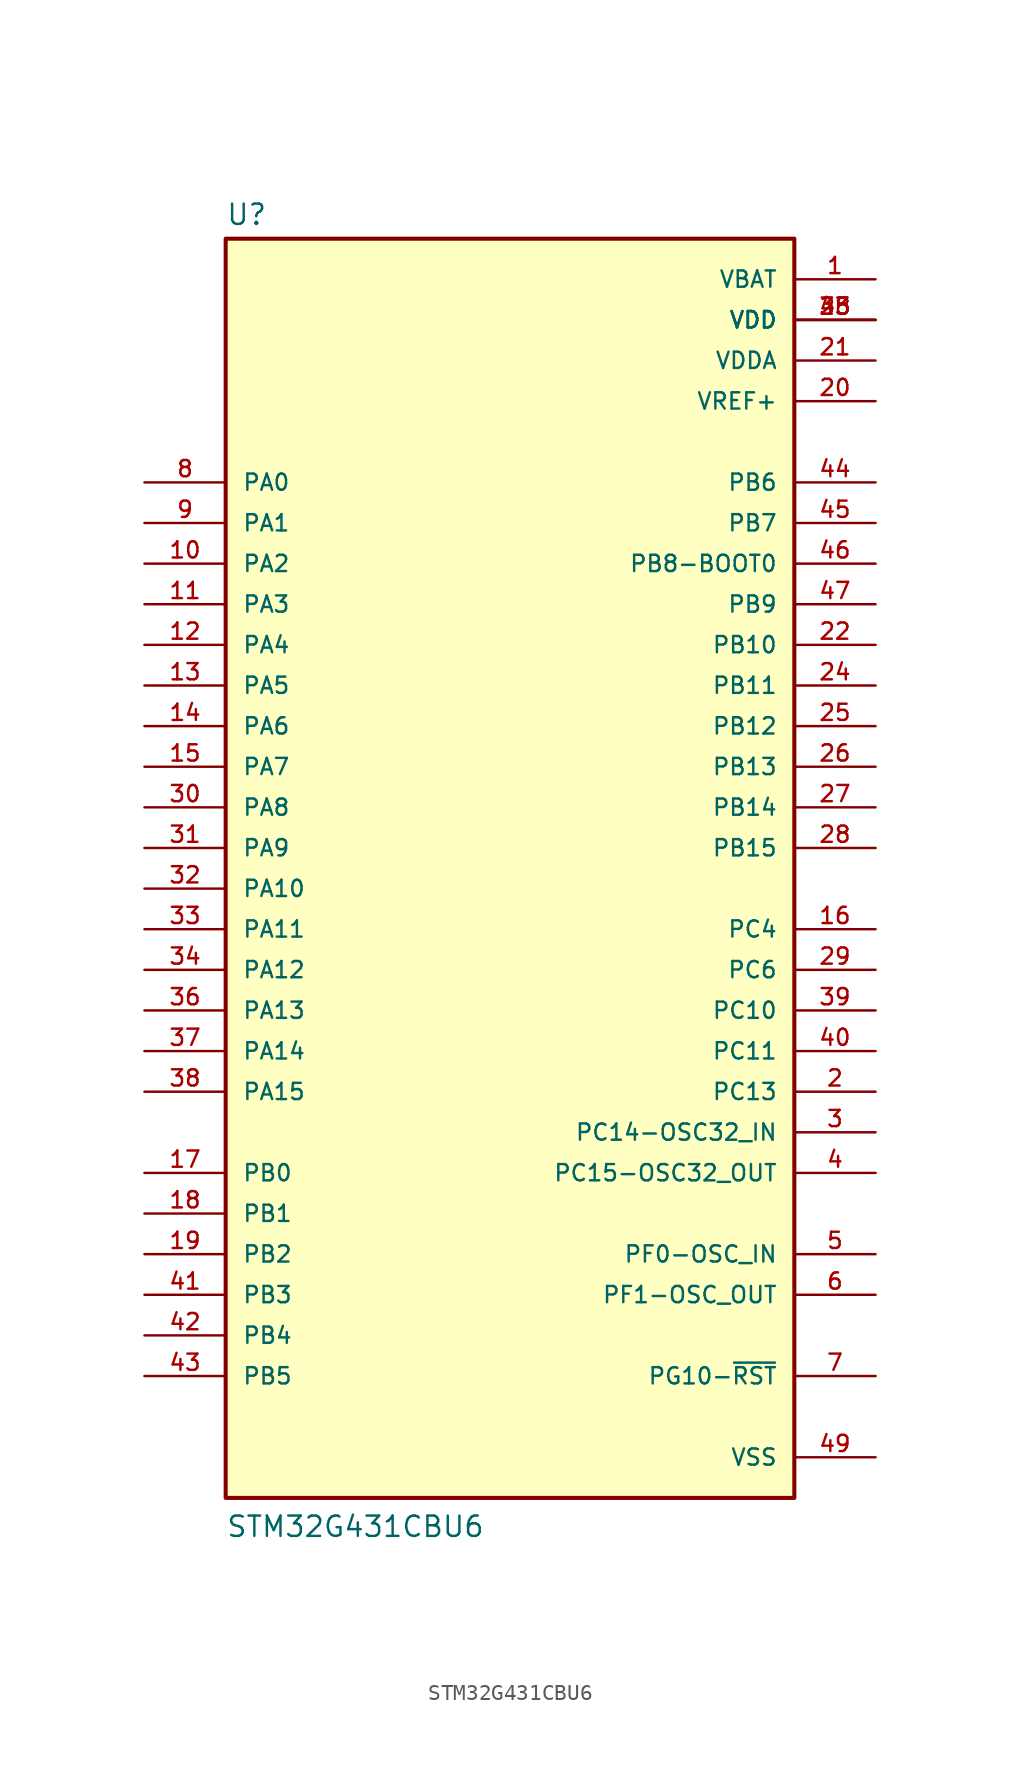
<source format=kicad_sym>
(kicad_symbol_lib
  (version 20211014)
  (generator kicad_symbol_editor)
  (symbol "STM32G431CBU6"
    (pin_names
      (offset 1.016))
    (property "Reference" "U"
      (at -17.78 41.402 0)
      (effects (font (size 1.27 1.27)) (justify bottom left)))
    (property "Value" "STM32G431CBU6"
      (at -17.78 -40.64 0)
      (effects (font (size 1.27 1.27)) (justify bottom left)))
    (symbol "STM32G431CBU6_0_0"
      (rectangle (start -17.78 -38.1) (end 17.78 40.64) (stroke (width 0.254)) (fill (type background)))
      (pin power_in line (at 22.86 38.1 180.0) (length 5.08) (name "VBAT" (effects (font (size 1.016 1.016)))) (number "1" (effects (font (size 1.016 1.016)))))
      (pin bidirectional line (at 22.86 -12.7 180.0) (length 5.08) (name "PC13" (effects (font (size 1.016 1.016)))) (number "2" (effects (font (size 1.016 1.016)))))
      (pin bidirectional line (at 22.86 -15.24 180.0) (length 5.08) (name "PC14-OSC32_IN" (effects (font (size 1.016 1.016)))) (number "3" (effects (font (size 1.016 1.016)))))
      (pin bidirectional line (at 22.86 -17.78 180.0) (length 5.08) (name "PC15-OSC32_OUT" (effects (font (size 1.016 1.016)))) (number "4" (effects (font (size 1.016 1.016)))))
      (pin bidirectional line (at 22.86 -22.86 180.0) (length 5.08) (name "PF0-OSC_IN" (effects (font (size 1.016 1.016)))) (number "5" (effects (font (size 1.016 1.016)))))
      (pin bidirectional line (at 22.86 -25.4 180.0) (length 5.08) (name "PF1-OSC_OUT" (effects (font (size 1.016 1.016)))) (number "6" (effects (font (size 1.016 1.016)))))
      (pin bidirectional line (at 22.86 -30.48 180.0) (length 5.08) (name "PG10-~{RST}" (effects (font (size 1.016 1.016)))) (number "7" (effects (font (size 1.016 1.016)))))
      (pin power_in line (at 22.86 30.48 180.0) (length 5.08) (name "VREF+" (effects (font (size 1.016 1.016)))) (number "20" (effects (font (size 1.016 1.016)))))
      (pin power_in line (at 22.86 -35.56 180.0) (length 5.08) (name "VSS" (effects (font (size 1.016 1.016)))) (number "49" (effects (font (size 1.016 1.016)))))
      (pin power_in line (at 22.86 33.02 180.0) (length 5.08) (name "VDDA" (effects (font (size 1.016 1.016)))) (number "21" (effects (font (size 1.016 1.016)))))
      (pin bidirectional line (at -22.86 25.4 0) (length 5.08) (name "PA0" (effects (font (size 1.016 1.016)))) (number "8" (effects (font (size 1.016 1.016)))))
      (pin bidirectional line (at -22.86 22.86 0) (length 5.08) (name "PA1" (effects (font (size 1.016 1.016)))) (number "9" (effects (font (size 1.016 1.016)))))
      (pin bidirectional line (at -22.86 20.32 0) (length 5.08) (name "PA2" (effects (font (size 1.016 1.016)))) (number "10" (effects (font (size 1.016 1.016)))))
      (pin bidirectional line (at -22.86 17.78 0) (length 5.08) (name "PA3" (effects (font (size 1.016 1.016)))) (number "11" (effects (font (size 1.016 1.016)))))
      (pin bidirectional line (at -22.86 15.24 0) (length 5.08) (name "PA4" (effects (font (size 1.016 1.016)))) (number "12" (effects (font (size 1.016 1.016)))))
      (pin bidirectional line (at -22.86 12.7 0) (length 5.08) (name "PA5" (effects (font (size 1.016 1.016)))) (number "13" (effects (font (size 1.016 1.016)))))
      (pin bidirectional line (at -22.86 10.16 0) (length 5.08) (name "PA6" (effects (font (size 1.016 1.016)))) (number "14" (effects (font (size 1.016 1.016)))))
      (pin bidirectional line (at -22.86 7.62 0) (length 5.08) (name "PA7" (effects (font (size 1.016 1.016)))) (number "15" (effects (font (size 1.016 1.016)))))
      (pin bidirectional line (at -22.86 5.08 0) (length 5.08) (name "PA8" (effects (font (size 1.016 1.016)))) (number "30" (effects (font (size 1.016 1.016)))))
      (pin bidirectional line (at -22.86 2.54 0) (length 5.08) (name "PA9" (effects (font (size 1.016 1.016)))) (number "31" (effects (font (size 1.016 1.016)))))
      (pin bidirectional line (at -22.86 0.0 0) (length 5.08) (name "PA10" (effects (font (size 1.016 1.016)))) (number "32" (effects (font (size 1.016 1.016)))))
      (pin bidirectional line (at -22.86 -2.54 0) (length 5.08) (name "PA11" (effects (font (size 1.016 1.016)))) (number "33" (effects (font (size 1.016 1.016)))))
      (pin bidirectional line (at -22.86 -5.08 0) (length 5.08) (name "PA12" (effects (font (size 1.016 1.016)))) (number "34" (effects (font (size 1.016 1.016)))))
      (pin bidirectional line (at -22.86 -7.62 0) (length 5.08) (name "PA13" (effects (font (size 1.016 1.016)))) (number "36" (effects (font (size 1.016 1.016)))))
      (pin bidirectional line (at -22.86 -10.16 0) (length 5.08) (name "PA14" (effects (font (size 1.016 1.016)))) (number "37" (effects (font (size 1.016 1.016)))))
      (pin bidirectional line (at -22.86 -12.7 0) (length 5.08) (name "PA15" (effects (font (size 1.016 1.016)))) (number "38" (effects (font (size 1.016 1.016)))))
      (pin bidirectional line (at -22.86 -17.78 0) (length 5.08) (name "PB0" (effects (font (size 1.016 1.016)))) (number "17" (effects (font (size 1.016 1.016)))))
      (pin bidirectional line (at -22.86 -20.32 0) (length 5.08) (name "PB1" (effects (font (size 1.016 1.016)))) (number "18" (effects (font (size 1.016 1.016)))))
      (pin bidirectional line (at -22.86 -22.86 0) (length 5.08) (name "PB2" (effects (font (size 1.016 1.016)))) (number "19" (effects (font (size 1.016 1.016)))))
      (pin bidirectional line (at -22.86 -25.4 0) (length 5.08) (name "PB3" (effects (font (size 1.016 1.016)))) (number "41" (effects (font (size 1.016 1.016)))))
      (pin bidirectional line (at -22.86 -27.94 0) (length 5.08) (name "PB4" (effects (font (size 1.016 1.016)))) (number "42" (effects (font (size 1.016 1.016)))))
      (pin bidirectional line (at -22.86 -30.48 0) (length 5.08) (name "PB5" (effects (font (size 1.016 1.016)))) (number "43" (effects (font (size 1.016 1.016)))))
      (pin bidirectional line (at 22.86 25.4 180.0) (length 5.08) (name "PB6" (effects (font (size 1.016 1.016)))) (number "44" (effects (font (size 1.016 1.016)))))
      (pin bidirectional line (at 22.86 22.86 180.0) (length 5.08) (name "PB7" (effects (font (size 1.016 1.016)))) (number "45" (effects (font (size 1.016 1.016)))))
      (pin bidirectional line (at 22.86 20.32 180.0) (length 5.08) (name "PB8-BOOT0" (effects (font (size 1.016 1.016)))) (number "46" (effects (font (size 1.016 1.016)))))
      (pin bidirectional line (at 22.86 17.78 180.0) (length 5.08) (name "PB9" (effects (font (size 1.016 1.016)))) (number "47" (effects (font (size 1.016 1.016)))))
      (pin bidirectional line (at 22.86 15.24 180.0) (length 5.08) (name "PB10" (effects (font (size 1.016 1.016)))) (number "22" (effects (font (size 1.016 1.016)))))
      (pin bidirectional line (at 22.86 10.16 180.0) (length 5.08) (name "PB12" (effects (font (size 1.016 1.016)))) (number "25" (effects (font (size 1.016 1.016)))))
      (pin bidirectional line (at 22.86 7.62 180.0) (length 5.08) (name "PB13" (effects (font (size 1.016 1.016)))) (number "26" (effects (font (size 1.016 1.016)))))
      (pin bidirectional line (at 22.86 5.08 180.0) (length 5.08) (name "PB14" (effects (font (size 1.016 1.016)))) (number "27" (effects (font (size 1.016 1.016)))))
      (pin bidirectional line (at 22.86 2.54 180.0) (length 5.08) (name "PB15" (effects (font (size 1.016 1.016)))) (number "28" (effects (font (size 1.016 1.016)))))
      (pin bidirectional line (at 22.86 -2.54 180.0) (length 5.08) (name "PC4" (effects (font (size 1.016 1.016)))) (number "16" (effects (font (size 1.016 1.016)))))
      (pin power_in line (at 22.86 35.56 180.0) (length 5.08) (name "VDD" (effects (font (size 1.016 1.016)))) (number "23" (effects (font (size 1.016 1.016)))))
      (pin power_in line (at 22.86 35.56 180.0) (length 5.08) (name "VDD" (effects (font (size 1.016 1.016)))) (number "35" (effects (font (size 1.016 1.016)))))
      (pin power_in line (at 22.86 35.56 180.0) (length 5.08) (name "VDD" (effects (font (size 1.016 1.016)))) (number "48" (effects (font (size 1.016 1.016)))))
      (pin bidirectional line (at 22.86 12.7 180.0) (length 5.08) (name "PB11" (effects (font (size 1.016 1.016)))) (number "24" (effects (font (size 1.016 1.016)))))
      (pin bidirectional line (at 22.86 -5.08 180.0) (length 5.08) (name "PC6" (effects (font (size 1.016 1.016)))) (number "29" (effects (font (size 1.016 1.016)))))
      (pin bidirectional line (at 22.86 -7.62 180.0) (length 5.08) (name "PC10" (effects (font (size 1.016 1.016)))) (number "39" (effects (font (size 1.016 1.016)))))
      (pin bidirectional line (at 22.86 -10.16 180.0) (length 5.08) (name "PC11" (effects (font (size 1.016 1.016)))) (number "40" (effects (font (size 1.016 1.016))))))))
</source>
